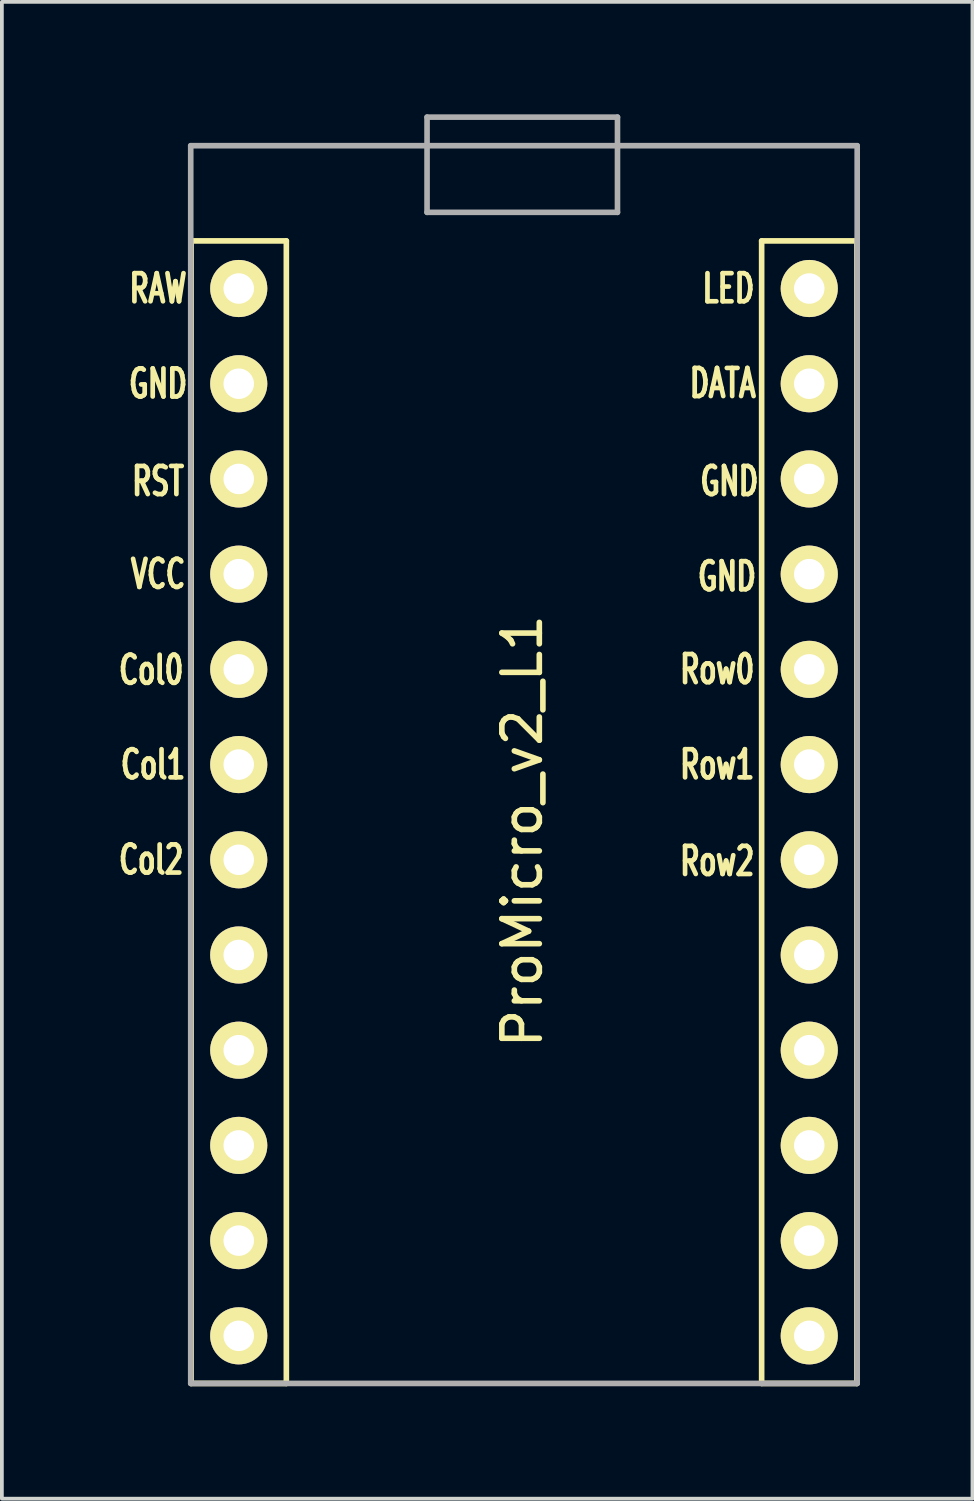
<source format=kicad_pcb>
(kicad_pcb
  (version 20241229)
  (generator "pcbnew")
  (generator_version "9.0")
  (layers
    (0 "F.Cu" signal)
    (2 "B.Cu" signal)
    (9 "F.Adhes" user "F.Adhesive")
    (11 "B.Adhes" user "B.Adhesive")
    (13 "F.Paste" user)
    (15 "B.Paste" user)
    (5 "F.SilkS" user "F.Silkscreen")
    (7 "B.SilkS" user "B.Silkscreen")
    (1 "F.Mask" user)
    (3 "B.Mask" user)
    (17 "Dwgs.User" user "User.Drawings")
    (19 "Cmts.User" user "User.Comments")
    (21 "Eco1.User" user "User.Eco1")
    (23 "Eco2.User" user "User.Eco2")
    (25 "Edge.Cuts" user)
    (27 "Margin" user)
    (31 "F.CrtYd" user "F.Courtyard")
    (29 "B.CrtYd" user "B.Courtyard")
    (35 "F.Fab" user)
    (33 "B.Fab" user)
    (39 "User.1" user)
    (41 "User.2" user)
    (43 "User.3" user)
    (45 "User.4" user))
  (footprint "ProMicro_v2_L1"
    (layer "F.Cu")
    (at 10.883 19.125)
    (property "Reference" "ProMicro_v2_L1" (at 0 0 270) (layer "F.SilkS") (effects (font (size 1 1) (thickness 0.15))))
    (attr through_hole)
    (fp_line (start -8.834 -15.748) (end -6.294 -15.748) (stroke (width 0.15) (type solid)) (layer "F.SilkS"))
    (fp_line (start -8.834 14.732) (end -8.834 -15.748) (stroke (width 0.15) (type solid)) (layer "F.SilkS"))
    (fp_line (start -6.294 -15.748) (end -6.294 14.732) (stroke (width 0.15) (type solid)) (layer "F.SilkS"))
    (fp_line (start -6.294 14.732) (end -8.834 14.732) (stroke (width 0.15) (type solid)) (layer "F.SilkS"))
    (fp_line (start 6.386 -15.748) (end 8.926 -15.748) (stroke (width 0.15) (type solid)) (layer "F.SilkS"))
    (fp_line (start 6.386 14.732) (end 6.386 -15.748) (stroke (width 0.15) (type solid)) (layer "F.SilkS"))
    (fp_line (start 8.926 -15.748) (end 8.926 14.732) (stroke (width 0.15) (type solid)) (layer "F.SilkS"))
    (fp_line (start 8.926 14.732) (end 6.386 14.732) (stroke (width 0.15) (type solid)) (layer "F.SilkS"))
    (fp_line (start -8.845 -18.288) (end 8.935 -18.288) (stroke (width 0.15) (type solid)) (layer "F.Fab"))
    (fp_line (start -8.845 14.732) (end -8.845 -18.288) (stroke (width 0.15) (type solid)) (layer "F.Fab"))
    (fp_line (start -2.54 -19.05) (end -2.54 -16.51) (stroke (width 0.15) (type solid)) (layer "F.Fab"))
    (fp_line (start -2.54 -16.51) (end 2.54 -16.51) (stroke (width 0.15) (type solid)) (layer "F.Fab"))
    (fp_line (start 2.54 -19.05) (end -2.54 -19.05) (stroke (width 0.15) (type solid)) (layer "F.Fab"))
    (fp_line (start 2.54 -16.51) (end 2.54 -19.05) (stroke (width 0.15) (type solid)) (layer "F.Fab"))
    (fp_line (start 8.935 -18.288) (end 8.935 14.732) (stroke (width 0.15) (type solid)) (layer "F.Fab"))
    (fp_line (start 8.935 14.732) (end -8.845 14.732) (stroke (width 0.15) (type solid)) (layer "F.Fab"))
    (fp_text user "GND" (at -9.716 -11.938 0) (layer "F.SilkS") (effects (font (size 0.75 0.5) (thickness 0.125))))
    (fp_text user "Col1" (at -9.85 -1.778 0) (layer "F.SilkS") (effects (font (size 0.75 0.5) (thickness 0.125))))
    (fp_text user "Row1" (at 5.2 -1.778 0) (layer "F.SilkS") (effects (font (size 0.75 0.5) (thickness 0.125))))
    (fp_text user "Col2" (at -9.9 0.762 0) (layer "F.SilkS") (effects (font (size 0.75 0.5) (thickness 0.125))))
    (fp_text user "Col0" (at -9.9 -4.3 0) (layer "F.SilkS") (effects (font (size 0.75 0.5) (thickness 0.125))))
    (fp_text user "VCC" (at -9.716 -6.858 0) (layer "F.SilkS") (effects (font (size 0.75 0.5) (thickness 0.125))))
    (fp_text user "RST" (at -9.716 -9.335 0) (layer "F.SilkS") (effects (font (size 0.75 0.5) (thickness 0.125))))
    (fp_text user "Row0" (at 5.2 -4.318 0) (layer "F.SilkS") (effects (font (size 0.75 0.5) (thickness 0.125))))
    (fp_text user "GND" (at 5.461 -6.795 0) (layer "F.SilkS") (effects (font (size 0.75 0.5) (thickness 0.125))))
    (fp_text user "RAW" (at -9.716 -14.478 0) (layer "F.SilkS") (effects (font (size 0.75 0.5) (thickness 0.125))))
    (fp_text user "DATA" (at 5.35 -11.95 0) (layer "F.SilkS") (effects (font (size 0.75 0.5) (thickness 0.125))))
    (fp_text user "LED" (at 5.5 -14.478 0) (layer "F.SilkS") (effects (font (size 0.75 0.5) (thickness 0.125))))
    (fp_text user "GND" (at 5.524 -9.335 0) (layer "F.SilkS") (effects (font (size 0.75 0.5) (thickness 0.125))))
    (fp_text user "Row2" (at 5.2 0.8 0) (layer "F.SilkS") (effects (font (size 0.75 0.5) (thickness 0.125))))
    (fp_text user "" (at -0.5 -17.25 0) (layer "F.SilkS") (effects (font (size 1 1) (thickness 0.15))))
    (fp_text user "" (at -1.206 -16.256 0) (layer "B.SilkS") (effects (font (size 1 1) (thickness 0.15)) (justify mirror)))
    (pad "1" thru_hole circle (at 7.656 -14.478) (size 1.524 1.524) (drill 0.813) (layers "*.Cu" "*.Mask" "F.SilkS"))
    (pad "2" thru_hole circle (at 7.656 -11.938) (size 1.524 1.524) (drill 0.813) (layers "*.Cu" "*.Mask" "F.SilkS"))
    (pad "3" thru_hole circle (at 7.656 -9.398) (size 1.524 1.524) (drill 0.813) (layers "*.Cu" "*.Mask" "F.SilkS"))
    (pad "4" thru_hole circle (at 7.656 -6.858) (size 1.524 1.524) (drill 0.813) (layers "*.Cu" "*.Mask" "F.SilkS"))
    (pad "5" thru_hole circle (at 7.656 -4.318) (size 1.524 1.524) (drill 0.813) (layers "*.Cu" "*.Mask" "F.SilkS"))
    (pad "6" thru_hole circle (at 7.656 -1.778) (size 1.524 1.524) (drill 0.813) (layers "*.Cu" "*.Mask" "F.SilkS"))
    (pad "7" thru_hole circle (at 7.656 0.762) (size 1.524 1.524) (drill 0.813) (layers "*.Cu" "*.Mask" "F.SilkS"))
    (pad "8" thru_hole circle (at 7.656 3.302) (size 1.524 1.524) (drill 0.813) (layers "*.Cu" "*.Mask" "F.SilkS"))
    (pad "9" thru_hole circle (at 7.656 5.842) (size 1.524 1.524) (drill 0.813) (layers "*.Cu" "*.Mask" "F.SilkS"))
    (pad "10" thru_hole circle (at 7.656 8.382) (size 1.524 1.524) (drill 0.813) (layers "*.Cu" "*.Mask" "F.SilkS"))
    (pad "11" thru_hole circle (at 7.656 10.922) (size 1.524 1.524) (drill 0.813) (layers "*.Cu" "*.Mask" "F.SilkS"))
    (pad "12" thru_hole circle (at 7.656 13.462) (size 1.524 1.524) (drill 0.813) (layers "*.Cu" "*.Mask" "F.SilkS"))
    (pad "13" thru_hole circle (at -7.564 13.462) (size 1.524 1.524) (drill 0.813) (layers "*.Cu" "*.Mask" "F.SilkS"))
    (pad "14" thru_hole circle (at -7.564 10.922) (size 1.524 1.524) (drill 0.813) (layers "*.Cu" "*.Mask" "F.SilkS"))
    (pad "15" thru_hole circle (at -7.564 8.382) (size 1.524 1.524) (drill 0.813) (layers "*.Cu" "*.Mask" "F.SilkS"))
    (pad "16" thru_hole circle (at -7.564 5.842) (size 1.524 1.524) (drill 0.813) (layers "*.Cu" "*.Mask" "F.SilkS"))
    (pad "17" thru_hole circle (at -7.564 3.302) (size 1.524 1.524) (drill 0.813) (layers "*.Cu" "*.Mask" "F.SilkS"))
    (pad "18" thru_hole circle (at -7.564 0.762) (size 1.524 1.524) (drill 0.813) (layers "*.Cu" "*.Mask" "F.SilkS"))
    (pad "19" thru_hole circle (at -7.564 -1.778) (size 1.524 1.524) (drill 0.813) (layers "*.Cu" "*.Mask" "F.SilkS"))
    (pad "20" thru_hole circle (at -7.564 -4.318) (size 1.524 1.524) (drill 0.813) (layers "*.Cu" "*.Mask" "F.SilkS"))
    (pad "21" thru_hole circle (at -7.564 -6.858) (size 1.524 1.524) (drill 0.813) (layers "*.Cu" "*.Mask" "F.SilkS"))
    (pad "22" thru_hole circle (at -7.564 -9.398) (size 1.524 1.524) (drill 0.813) (layers "*.Cu" "*.Mask" "F.SilkS"))
    (pad "23" thru_hole circle (at -7.564 -11.938) (size 1.524 1.524) (drill 0.813) (layers "*.Cu" "*.Mask" "F.SilkS"))
    (pad "24" thru_hole circle (at -7.564 -14.478) (size 1.524 1.524) (drill 0.813) (layers "*.Cu" "*.Mask" "F.SilkS")))
  (gr_rect
    (start -3 -3)
    (end 22.893 36.932)
    (stroke (width 0.1) (type default))
    (fill no)
    (layer "Edge.Cuts")))
</source>
